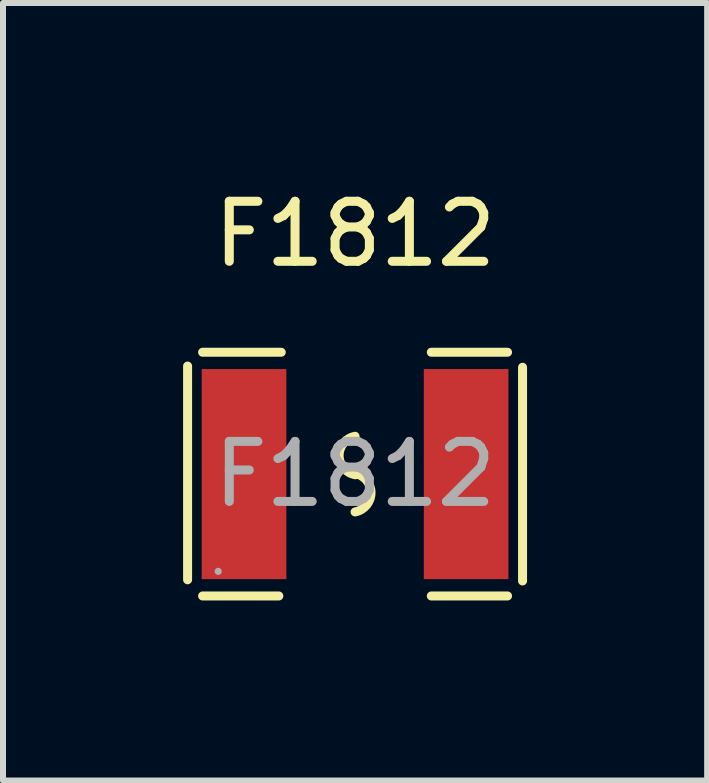
<source format=kicad_pcb>
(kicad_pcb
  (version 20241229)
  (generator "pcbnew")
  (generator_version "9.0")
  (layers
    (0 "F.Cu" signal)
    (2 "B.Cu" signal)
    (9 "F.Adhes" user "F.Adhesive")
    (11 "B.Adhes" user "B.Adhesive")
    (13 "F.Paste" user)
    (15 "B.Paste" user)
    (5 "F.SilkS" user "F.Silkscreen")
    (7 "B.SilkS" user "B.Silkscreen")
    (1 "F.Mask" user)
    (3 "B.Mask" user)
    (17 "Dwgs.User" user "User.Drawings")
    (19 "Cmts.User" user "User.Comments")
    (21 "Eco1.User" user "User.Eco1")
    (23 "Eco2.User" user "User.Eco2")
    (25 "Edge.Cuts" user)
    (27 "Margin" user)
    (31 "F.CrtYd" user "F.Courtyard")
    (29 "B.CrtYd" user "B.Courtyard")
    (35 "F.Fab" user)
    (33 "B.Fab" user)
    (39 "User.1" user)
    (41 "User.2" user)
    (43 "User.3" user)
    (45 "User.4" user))
  (footprint "F1812"
    (layer "F.Cu")
    (at 2.865 4.848)
    (property "Reference" "F1812" (at 0 -4 0) (layer "F.SilkS") (effects (font (size 1 1) (thickness 0.15))))
    (attr smd)
    (fp_line (start -2.79 -1.8) (end -2.79 1.76) (stroke (width 0.15) (type solid)) (layer "F.SilkS"))
    (fp_line (start -2.54 -2.03) (end -1.23 -2.03) (stroke (width 0.15) (type solid)) (layer "F.SilkS"))
    (fp_line (start -1.27 2.03) (end -2.54 2.03) (stroke (width 0.15) (type solid)) (layer "F.SilkS"))
    (fp_line (start 1.27 2.03) (end 2.54 2.03) (stroke (width 0.15) (type solid)) (layer "F.SilkS"))
    (fp_line (start 2.54 -2.03) (end 1.27 -2.03) (stroke (width 0.15) (type solid)) (layer "F.SilkS"))
    (fp_line (start 2.79 -1.78) (end 2.79 1.78) (stroke (width 0.15) (type solid)) (layer "F.SilkS"))
    (fp_arc (start -0.005366 -0.01096) (mid 0.265565 0.307274) (end 0 0.63) (stroke (width 0.15) (type solid)) (layer "F.SilkS"))
    (fp_arc (start 0.005366 0.01096) (mid -0.265565 -0.307274) (end 0 -0.63) (stroke (width 0.15) (type solid)) (layer "F.SilkS"))
    (fp_circle (center -2.28 1.62) (end -2.25 1.62) (stroke (width 0.06) (type solid)) (fill no) (layer "F.Fab"))
    (fp_text user "${REFERENCE}" (at 0 0 0) (layer "F.Fab") (effects (font (size 1 1) (thickness 0.15))))
    (pad "1" smd rect (at -1.85 0) (size 1.41 3.5) (layers "F.Cu" "F.Mask" "F.Paste"))
    (pad "2" smd rect (at 1.85 0) (size 1.41 3.5) (layers "F.Cu" "F.Mask" "F.Paste")))
  (gr_rect
    (start -3 -3)
    (end 8.73 9.953)
    (stroke (width 0.1) (type default))
    (fill no)
    (layer "Edge.Cuts")))
</source>
